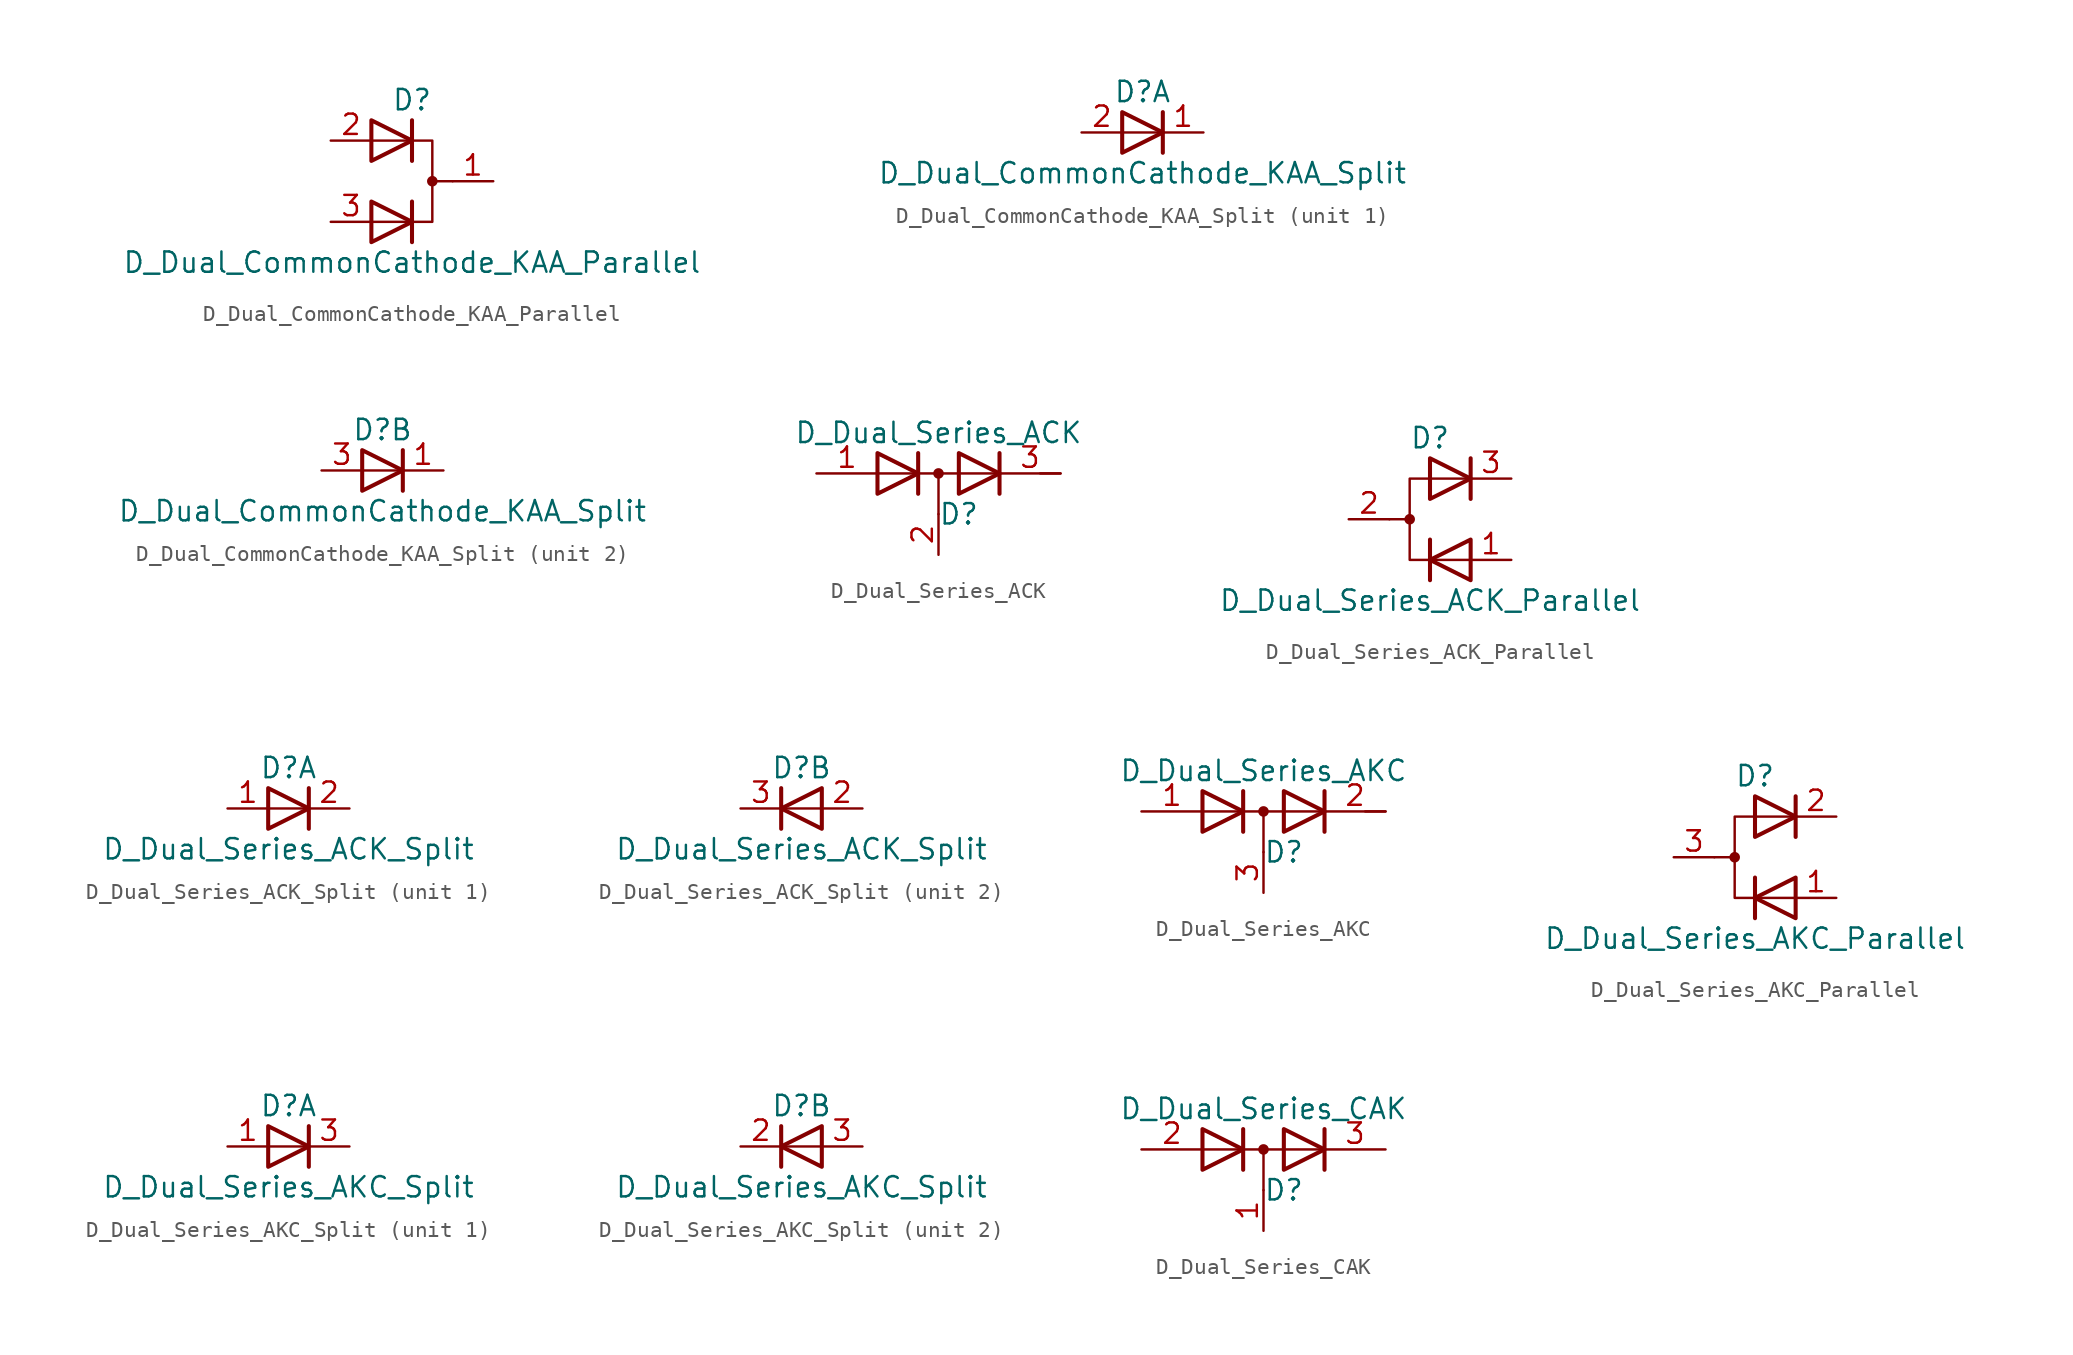
<source format=kicad_sym>
(kicad_symbol_lib
  (version 20241209)
  (generator "kicad_symbol_editor")
  (generator_version "9.0")
  (symbol "D_Dual_CommonCathode_KAA_Parallel"
    (pin_names
      (offset 0.762)
      (hide yes))
    (property "Reference" "D"
      (at 0 5.08 0)
      (effects (font (size 1.27 1.27))))
    (property "Value" "D_Dual_CommonCathode_KAA_Parallel"
      (at 0 -5.08 0)
      (effects (font (size 1.27 1.27))))
    (symbol "D_Dual_CommonCathode_KAA_Parallel_0_0"
      (polyline (pts (xy 0 3.81) (xy 0 1.27)) (stroke (width 0.254) (type default)) (fill (type none)))
      (polyline (pts (xy 0 -1.27) (xy 0 -3.81)) (stroke (width 0.254) (type default)) (fill (type none))))
    (symbol "D_Dual_CommonCathode_KAA_Parallel_0_1"
      (polyline (pts (xy -2.54 3.81) (xy 0 2.54) (xy -2.54 1.27) (xy -2.54 3.81) (xy -2.54 3.81) (xy -2.54 3.81)) (stroke (width 0.254) (type default)) (fill (type none)))
      (polyline (pts (xy -2.54 -1.27) (xy 0 -2.54) (xy -2.54 -3.81) (xy -2.54 -1.27) (xy -2.54 -1.27) (xy -2.54 -1.27)) (stroke (width 0.254) (type default)) (fill (type none)))
      (polyline (pts (xy -2.54 -2.54) (xy 1.27 -2.54) (xy 1.27 2.54) (xy -2.54 2.54)) (stroke (width 0) (type default)) (fill (type none)))
      (polyline (pts (xy 1.27 0) (xy 2.54 0)) (stroke (width 0) (type default)) (fill (type none)))
      (circle (center 1.27 0) (radius 0.254) (stroke (width 0) (type default)) (fill (type outline)))
      (pin passive line (at -5.08 2.54 0) (length 2.54) (name "A" (effects (font (size 1.27 1.27)))) (number "2" (effects (font (size 1.27 1.27)))))
      (pin passive line (at -5.08 -2.54 0) (length 2.54) (name "A" (effects (font (size 1.27 1.27)))) (number "3" (effects (font (size 1.27 1.27)))))
      (pin passive line (at 5.08 0 180) (length 2.54) (name "K" (effects (font (size 1.27 1.27)))) (number "1" (effects (font (size 1.27 1.27)))))))
  (symbol "D_Dual_CommonCathode_KAA_Split"
    (pin_names
      (offset 0.762)
      (hide yes))
    (property "Reference" "D"
      (at 0 2.54 0)
      (effects (font (size 1.27 1.27))))
    (property "Value" "D_Dual_CommonCathode_KAA_Split"
      (at 0 -2.54 0)
      (effects (font (size 1.27 1.27))))
    (property "ki_locked" ""
      (at 0 0 0)
      (effects (font (size 1.27 1.27))))
    (symbol "D_Dual_CommonCathode_KAA_Split_0_0"
      (polyline (pts (xy 1.27 0) (xy -1.27 0)) (stroke (width 0) (type default)) (fill (type none))))
    (symbol "D_Dual_CommonCathode_KAA_Split_0_1"
      (polyline (pts (xy -1.27 1.27) (xy 1.27 0) (xy -1.27 -1.27) (xy -1.27 1.27) (xy -1.27 1.27) (xy -1.27 1.27)) (stroke (width 0.254) (type default)) (fill (type none)))
      (pin passive line (at 3.81 0 180) (length 2.54) (name "K" (effects (font (size 1.27 1.27)))) (number "1" (effects (font (size 1.27 1.27))))))
    (symbol "D_Dual_CommonCathode_KAA_Split_1_0"
      (polyline (pts (xy 1.27 1.27) (xy 1.27 -1.27)) (stroke (width 0.254) (type default)) (fill (type none))))
    (symbol "D_Dual_CommonCathode_KAA_Split_1_1"
      (pin passive line (at -3.81 0 0) (length 2.54) (name "A" (effects (font (size 1.27 1.27)))) (number "2" (effects (font (size 1.27 1.27))))))
    (symbol "D_Dual_CommonCathode_KAA_Split_2_0"
      (polyline (pts (xy 1.27 1.27) (xy 1.27 -1.27)) (stroke (width 0.254) (type default)) (fill (type none))))
    (symbol "D_Dual_CommonCathode_KAA_Split_2_1"
      (pin passive line (at -3.81 0 0) (length 2.54) (name "A" (effects (font (size 1.27 1.27)))) (number "3" (effects (font (size 1.27 1.27)))))))
  (symbol "D_Dual_Series_ACK"
    (pin_names
      (offset 0.762)
      (hide yes))
    (property "Reference" "D"
      (at 1.27 -2.54 0)
      (effects (font (size 1.27 1.27))))
    (property "Value" "D_Dual_Series_ACK"
      (at 0 2.54 0)
      (effects (font (size 1.27 1.27))))
    (symbol "D_Dual_Series_ACK_0_1"
      (polyline (pts (xy -3.81 1.27) (xy -1.27 0) (xy -3.81 -1.27) (xy -3.81 1.27) (xy -3.81 1.27) (xy -3.81 1.27)) (stroke (width 0.254) (type default)) (fill (type none)))
      (polyline (pts (xy -1.27 -1.27) (xy -1.27 1.27) (xy -1.27 1.27)) (stroke (width 0.254) (type default)) (fill (type none)))
      (polyline (pts (xy 0 0) (xy 0 -2.54)) (stroke (width 0) (type default)) (fill (type none)))
      (circle (center 0 0) (radius 0.254) (stroke (width 0) (type default)) (fill (type outline)))
      (polyline (pts (xy 1.27 1.27) (xy 3.81 0) (xy 1.27 -1.27) (xy 1.27 1.27) (xy 1.27 1.27) (xy 1.27 1.27)) (stroke (width 0.254) (type default)) (fill (type none)))
      (polyline (pts (xy 3.81 1.27) (xy 3.81 -1.27) (xy 3.81 -1.27)) (stroke (width 0.254) (type default)) (fill (type none)))
      (polyline (pts (xy 3.81 0) (xy -3.81 0)) (stroke (width 0) (type default)) (fill (type none)))
      (polyline (pts (xy 6.35 0) (xy 7.62 0)) (stroke (width 0) (type default)) (fill (type none)))
      (pin passive line (at -7.62 0 0) (length 3.81) (name "A" (effects (font (size 1.27 1.27)))) (number "1" (effects (font (size 1.27 1.27)))))
      (pin passive line (at 0 -5.08 90) (length 2.54) (name "common" (effects (font (size 1.27 1.27)))) (number "2" (effects (font (size 1.27 1.27)))))
      (pin passive line (at 7.62 0 180) (length 3.81) (name "K" (effects (font (size 1.27 1.27)))) (number "3" (effects (font (size 1.27 1.27)))))))
  (symbol "D_Dual_Series_ACK_Parallel"
    (pin_names
      (offset 0.762)
      (hide yes))
    (property "Reference" "D"
      (at 0 5.08 0)
      (effects (font (size 1.27 1.27))))
    (property "Value" "D_Dual_Series_ACK_Parallel"
      (at 0 -5.08 0)
      (effects (font (size 1.27 1.27))))
    (symbol "D_Dual_Series_ACK_Parallel_0_0"
      (polyline (pts (xy 0 -1.27) (xy 0 -3.81)) (stroke (width 0.254) (type default)) (fill (type none)))
      (polyline (pts (xy 2.54 3.81) (xy 2.54 1.27)) (stroke (width 0.254) (type default)) (fill (type none))))
    (symbol "D_Dual_Series_ACK_Parallel_0_1"
      (circle (center -1.27 0) (radius 0.254) (stroke (width 0) (type default)) (fill (type outline)))
      (polyline (pts (xy -1.27 0) (xy -2.54 0)) (stroke (width 0) (type default)) (fill (type none)))
      (polyline (pts (xy 0 3.81) (xy 2.54 2.54) (xy 0 1.27) (xy 0 3.81) (xy 0 3.81) (xy 0 3.81)) (stroke (width 0.254) (type default)) (fill (type none)))
      (polyline (pts (xy 2.54 2.54) (xy -1.27 2.54) (xy -1.27 -2.54) (xy 2.54 -2.54)) (stroke (width 0) (type default)) (fill (type none)))
      (polyline (pts (xy 2.54 -1.27) (xy 0 -2.54) (xy 2.54 -3.81) (xy 2.54 -1.27) (xy 2.54 -1.27) (xy 2.54 -1.27)) (stroke (width 0.254) (type default)) (fill (type none)))
      (pin passive line (at -5.08 0 0) (length 2.54) (name "common" (effects (font (size 1.27 1.27)))) (number "2" (effects (font (size 1.27 1.27)))))
      (pin passive line (at 5.08 2.54 180) (length 2.54) (name "K" (effects (font (size 1.27 1.27)))) (number "3" (effects (font (size 1.27 1.27)))))
      (pin passive line (at 5.08 -2.54 180) (length 2.54) (name "A" (effects (font (size 1.27 1.27)))) (number "1" (effects (font (size 1.27 1.27)))))))
  (symbol "D_Dual_Series_ACK_Split"
    (pin_names
      (offset 0.762)
      (hide yes))
    (property "Reference" "D"
      (at 0 2.54 0)
      (effects (font (size 1.27 1.27))))
    (property "Value" "D_Dual_Series_ACK_Split"
      (at 0 -2.54 0)
      (effects (font (size 1.27 1.27))))
    (property "ki_locked" ""
      (at 0 0 0)
      (effects (font (size 1.27 1.27))))
    (symbol "D_Dual_Series_ACK_Split_0_1"
      (pin passive line (at 3.81 0 180) (length 2.54) (name "common" (effects (font (size 1.27 1.27)))) (number "2" (effects (font (size 1.27 1.27))))))
    (symbol "D_Dual_Series_ACK_Split_1_0"
      (polyline (pts (xy 1.27 1.27) (xy 1.27 -1.27)) (stroke (width 0.254) (type default)) (fill (type none))))
    (symbol "D_Dual_Series_ACK_Split_1_1"
      (polyline (pts (xy -1.27 1.27) (xy 1.27 0) (xy -1.27 -1.27) (xy -1.27 1.27) (xy -1.27 1.27) (xy -1.27 1.27)) (stroke (width 0.254) (type default)) (fill (type none)))
      (polyline (pts (xy 1.27 0) (xy -1.27 0)) (stroke (width 0) (type default)) (fill (type none)))
      (pin passive line (at -3.81 0 0) (length 2.54) (name "A" (effects (font (size 1.27 1.27)))) (number "1" (effects (font (size 1.27 1.27))))))
    (symbol "D_Dual_Series_ACK_Split_2_0"
      (polyline (pts (xy -1.27 1.27) (xy -1.27 -1.27)) (stroke (width 0.254) (type default)) (fill (type none))))
    (symbol "D_Dual_Series_ACK_Split_2_1"
      (polyline (pts (xy -1.27 0) (xy 1.27 0)) (stroke (width 0) (type default)) (fill (type none)))
      (polyline (pts (xy 1.27 1.27) (xy -1.27 0) (xy 1.27 -1.27) (xy 1.27 1.27) (xy 1.27 1.27) (xy 1.27 1.27)) (stroke (width 0.254) (type default)) (fill (type none)))
      (pin passive line (at -3.81 0 0) (length 2.54) (name "K" (effects (font (size 1.27 1.27)))) (number "3" (effects (font (size 1.27 1.27)))))))
  (symbol "D_Dual_Series_AKC"
    (pin_names
      (offset 0.762)
      (hide yes))
    (property "Reference" "D"
      (at 1.27 -2.54 0)
      (effects (font (size 1.27 1.27))))
    (property "Value" "D_Dual_Series_AKC"
      (at 0 2.54 0)
      (effects (font (size 1.27 1.27))))
    (symbol "D_Dual_Series_AKC_0_1"
      (polyline (pts (xy -3.81 1.27) (xy -1.27 0) (xy -3.81 -1.27) (xy -3.81 1.27) (xy -3.81 1.27) (xy -3.81 1.27)) (stroke (width 0.254) (type default)) (fill (type none)))
      (polyline (pts (xy -3.81 0) (xy 3.81 0)) (stroke (width 0) (type default)) (fill (type none)))
      (polyline (pts (xy -1.27 -1.27) (xy -1.27 1.27) (xy -1.27 1.27)) (stroke (width 0.254) (type default)) (fill (type none)))
      (polyline (pts (xy 0 0) (xy 0 -2.54)) (stroke (width 0) (type default)) (fill (type none)))
      (circle (center 0 0) (radius 0.254) (stroke (width 0) (type default)) (fill (type outline)))
      (polyline (pts (xy 1.27 1.27) (xy 3.81 0) (xy 1.27 -1.27) (xy 1.27 1.27) (xy 1.27 1.27) (xy 1.27 1.27)) (stroke (width 0.254) (type default)) (fill (type none)))
      (polyline (pts (xy 3.81 1.27) (xy 3.81 -1.27) (xy 3.81 -1.27)) (stroke (width 0.254) (type default)) (fill (type none)))
      (polyline (pts (xy 6.35 0) (xy 7.62 0)) (stroke (width 0) (type default)) (fill (type none)))
      (pin passive line (at -7.62 0 0) (length 3.81) (name "A" (effects (font (size 1.27 1.27)))) (number "1" (effects (font (size 1.27 1.27)))))
      (pin passive line (at 0 -5.08 90) (length 2.54) (name "common" (effects (font (size 1.27 1.27)))) (number "3" (effects (font (size 1.27 1.27)))))
      (pin passive line (at 7.62 0 180) (length 3.81) (name "K" (effects (font (size 1.27 1.27)))) (number "2" (effects (font (size 1.27 1.27)))))))
  (symbol "D_Dual_Series_AKC_Parallel"
    (pin_names
      (offset 0.762)
      (hide yes))
    (property "Reference" "D"
      (at 0 5.08 0)
      (effects (font (size 1.27 1.27))))
    (property "Value" "D_Dual_Series_AKC_Parallel"
      (at 0 -5.08 0)
      (effects (font (size 1.27 1.27))))
    (symbol "D_Dual_Series_AKC_Parallel_0_0"
      (polyline (pts (xy 0 -1.27) (xy 0 -3.81)) (stroke (width 0.254) (type default)) (fill (type none)))
      (polyline (pts (xy 2.54 3.81) (xy 2.54 1.27)) (stroke (width 0.254) (type default)) (fill (type none))))
    (symbol "D_Dual_Series_AKC_Parallel_0_1"
      (circle (center -1.27 0) (radius 0.254) (stroke (width 0) (type default)) (fill (type outline)))
      (polyline (pts (xy -1.27 0) (xy -2.54 0)) (stroke (width 0) (type default)) (fill (type none)))
      (polyline (pts (xy 0 3.81) (xy 2.54 2.54) (xy 0 1.27) (xy 0 3.81) (xy 0 3.81) (xy 0 3.81)) (stroke (width 0.254) (type default)) (fill (type none)))
      (polyline (pts (xy 2.54 2.54) (xy -1.27 2.54) (xy -1.27 -2.54) (xy 2.54 -2.54)) (stroke (width 0) (type default)) (fill (type none)))
      (polyline (pts (xy 2.54 -1.27) (xy 0 -2.54) (xy 2.54 -3.81) (xy 2.54 -1.27) (xy 2.54 -1.27) (xy 2.54 -1.27)) (stroke (width 0.254) (type default)) (fill (type none)))
      (pin passive line (at -5.08 0 0) (length 2.54) (name "common" (effects (font (size 1.27 1.27)))) (number "3" (effects (font (size 1.27 1.27)))))
      (pin passive line (at 5.08 2.54 180) (length 2.54) (name "K" (effects (font (size 1.27 1.27)))) (number "2" (effects (font (size 1.27 1.27)))))
      (pin passive line (at 5.08 -2.54 180) (length 2.54) (name "A" (effects (font (size 1.27 1.27)))) (number "1" (effects (font (size 1.27 1.27)))))))
  (symbol "D_Dual_Series_AKC_Split"
    (pin_names
      (offset 0.762)
      (hide yes))
    (property "Reference" "D"
      (at 0 2.54 0)
      (effects (font (size 1.27 1.27))))
    (property "Value" "D_Dual_Series_AKC_Split"
      (at 0 -2.54 0)
      (effects (font (size 1.27 1.27))))
    (property "ki_locked" ""
      (at 0 0 0)
      (effects (font (size 1.27 1.27))))
    (symbol "D_Dual_Series_AKC_Split_0_1"
      (pin passive line (at 3.81 0 180) (length 2.54) (name "K" (effects (font (size 1.27 1.27)))) (number "3" (effects (font (size 1.27 1.27))))))
    (symbol "D_Dual_Series_AKC_Split_1_0"
      (polyline (pts (xy 1.27 1.27) (xy 1.27 -1.27)) (stroke (width 0.254) (type default)) (fill (type none))))
    (symbol "D_Dual_Series_AKC_Split_1_1"
      (polyline (pts (xy -1.27 1.27) (xy 1.27 0) (xy -1.27 -1.27) (xy -1.27 1.27) (xy -1.27 1.27) (xy -1.27 1.27)) (stroke (width 0.254) (type default)) (fill (type none)))
      (polyline (pts (xy 1.27 0) (xy -1.27 0)) (stroke (width 0) (type default)) (fill (type none)))
      (pin passive line (at -3.81 0 0) (length 2.54) (name "A" (effects (font (size 1.27 1.27)))) (number "1" (effects (font (size 1.27 1.27))))))
    (symbol "D_Dual_Series_AKC_Split_2_0"
      (polyline (pts (xy -1.27 1.27) (xy -1.27 -1.27)) (stroke (width 0.254) (type default)) (fill (type none))))
    (symbol "D_Dual_Series_AKC_Split_2_1"
      (polyline (pts (xy -1.27 0) (xy 1.27 0)) (stroke (width 0) (type default)) (fill (type none)))
      (polyline (pts (xy 1.27 1.27) (xy -1.27 0) (xy 1.27 -1.27) (xy 1.27 1.27) (xy 1.27 1.27) (xy 1.27 1.27)) (stroke (width 0.254) (type default)) (fill (type none)))
      (pin passive line (at -3.81 0 0) (length 2.54) (name "common" (effects (font (size 1.27 1.27)))) (number "2" (effects (font (size 1.27 1.27)))))))
  (symbol "D_Dual_Series_CAK"
    (pin_names
      (offset 0.762)
      (hide yes))
    (property "Reference" "D"
      (at 1.27 -2.54 0)
      (effects (font (size 1.27 1.27))))
    (property "Value" "D_Dual_Series_CAK"
      (at 0 2.54 0)
      (effects (font (size 1.27 1.27))))
    (symbol "D_Dual_Series_CAK_0_1"
      (polyline (pts (xy -3.81 1.27) (xy -1.27 0) (xy -3.81 -1.27) (xy -3.81 1.27) (xy -3.81 1.27) (xy -3.81 1.27)) (stroke (width 0.254) (type default)) (fill (type none)))
      (polyline (pts (xy -1.27 -1.27) (xy -1.27 1.27) (xy -1.27 1.27)) (stroke (width 0.254) (type default)) (fill (type none)))
      (polyline (pts (xy 0 0) (xy 0 -2.54)) (stroke (width 0) (type default)) (fill (type none)))
      (circle (center 0 0) (radius 0.254) (stroke (width 0) (type default)) (fill (type outline)))
      (polyline (pts (xy 1.27 1.27) (xy 3.81 0) (xy 1.27 -1.27) (xy 1.27 1.27) (xy 1.27 1.27) (xy 1.27 1.27)) (stroke (width 0.254) (type default)) (fill (type none)))
      (polyline (pts (xy 3.81 1.27) (xy 3.81 -1.27) (xy 3.81 -1.27)) (stroke (width 0.254) (type default)) (fill (type none)))
      (polyline (pts (xy 3.81 0) (xy -3.81 0)) (stroke (width 0) (type default)) (fill (type none)))
      (pin passive line (at -7.62 0 0) (length 3.81) (name "A" (effects (font (size 1.27 1.27)))) (number "2" (effects (font (size 1.27 1.27)))))
      (pin passive line (at 0 -5.08 90) (length 2.54) (name "common" (effects (font (size 1.27 1.27)))) (number "1" (effects (font (size 1.27 1.27)))))
      (pin passive line (at 7.62 0 180) (length 3.81) (name "K" (effects (font (size 1.27 1.27)))) (number "3" (effects (font (size 1.27 1.27))))))))
</source>
